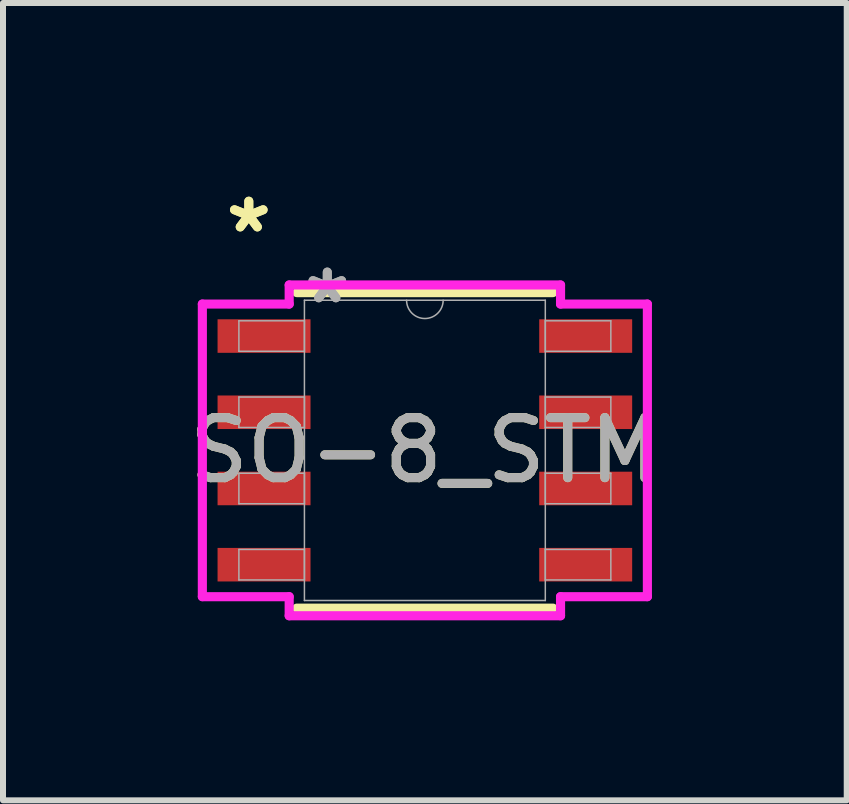
<source format=kicad_pcb>
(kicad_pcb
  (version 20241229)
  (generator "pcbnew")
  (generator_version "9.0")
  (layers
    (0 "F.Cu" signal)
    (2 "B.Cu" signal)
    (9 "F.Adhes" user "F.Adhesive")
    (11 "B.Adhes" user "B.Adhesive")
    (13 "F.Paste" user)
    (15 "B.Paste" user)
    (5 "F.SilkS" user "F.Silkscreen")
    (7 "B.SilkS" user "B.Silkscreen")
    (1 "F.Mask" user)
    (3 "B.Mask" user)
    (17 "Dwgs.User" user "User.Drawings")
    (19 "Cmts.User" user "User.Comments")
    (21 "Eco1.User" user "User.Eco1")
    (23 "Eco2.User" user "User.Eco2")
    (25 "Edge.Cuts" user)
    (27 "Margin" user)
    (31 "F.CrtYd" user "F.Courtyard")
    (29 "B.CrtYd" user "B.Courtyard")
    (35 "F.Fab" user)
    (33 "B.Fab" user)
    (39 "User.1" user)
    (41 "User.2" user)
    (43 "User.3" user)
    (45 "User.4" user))
  (footprint "SO-8_STM"
    (layer "F.Cu")
    (at 4.03 4.455)
    (property "Reference" "SO-8_STM" (at 0 0 0) (unlocked yes) (layer "F.SilkS") (effects (font (size 1 1) (thickness 0.15))))
    (attr smd)
    (fp_line (start -2.134 2.629) (end 2.134 2.629) (stroke (width 0.152) (type solid)) (layer "F.SilkS"))
    (fp_line (start 2.134 -2.629) (end -2.134 -2.629) (stroke (width 0.152) (type solid)) (layer "F.SilkS"))
    (fp_line (start -3.708 -2.438) (end -2.261 -2.438) (stroke (width 0.152) (type solid)) (layer "F.CrtYd"))
    (fp_line (start -3.708 2.438) (end -3.708 -2.438) (stroke (width 0.152) (type solid)) (layer "F.CrtYd"))
    (fp_line (start -3.708 2.438) (end -2.261 2.438) (stroke (width 0.152) (type solid)) (layer "F.CrtYd"))
    (fp_line (start -2.261 -2.756) (end 2.261 -2.756) (stroke (width 0.152) (type solid)) (layer "F.CrtYd"))
    (fp_line (start -2.261 -2.438) (end -2.261 -2.756) (stroke (width 0.152) (type solid)) (layer "F.CrtYd"))
    (fp_line (start -2.261 2.756) (end -2.261 2.438) (stroke (width 0.152) (type solid)) (layer "F.CrtYd"))
    (fp_line (start 2.261 -2.756) (end 2.261 -2.438) (stroke (width 0.152) (type solid)) (layer "F.CrtYd"))
    (fp_line (start 2.261 2.438) (end 2.261 2.756) (stroke (width 0.152) (type solid)) (layer "F.CrtYd"))
    (fp_line (start 2.261 2.756) (end -2.261 2.756) (stroke (width 0.152) (type solid)) (layer "F.CrtYd"))
    (fp_line (start 3.708 -2.438) (end 2.261 -2.438) (stroke (width 0.152) (type solid)) (layer "F.CrtYd"))
    (fp_line (start 3.708 -2.438) (end 3.708 2.438) (stroke (width 0.152) (type solid)) (layer "F.CrtYd"))
    (fp_line (start 3.708 2.438) (end 2.261 2.438) (stroke (width 0.152) (type solid)) (layer "F.CrtYd"))
    (fp_line (start -3.099 -2.159) (end -3.099 -1.651) (stroke (width 0.025) (type solid)) (layer "F.Fab"))
    (fp_line (start -3.099 -1.651) (end -2.007 -1.651) (stroke (width 0.025) (type solid)) (layer "F.Fab"))
    (fp_line (start -3.099 -0.889) (end -3.099 -0.381) (stroke (width 0.025) (type solid)) (layer "F.Fab"))
    (fp_line (start -3.099 -0.381) (end -2.007 -0.381) (stroke (width 0.025) (type solid)) (layer "F.Fab"))
    (fp_line (start -3.099 0.381) (end -3.099 0.889) (stroke (width 0.025) (type solid)) (layer "F.Fab"))
    (fp_line (start -3.099 0.889) (end -2.007 0.889) (stroke (width 0.025) (type solid)) (layer "F.Fab"))
    (fp_line (start -3.099 1.651) (end -3.099 2.159) (stroke (width 0.025) (type solid)) (layer "F.Fab"))
    (fp_line (start -3.099 2.159) (end -2.007 2.159) (stroke (width 0.025) (type solid)) (layer "F.Fab"))
    (fp_line (start -2.007 -2.502) (end -2.007 2.502) (stroke (width 0.025) (type solid)) (layer "F.Fab"))
    (fp_line (start -2.007 -2.159) (end -3.099 -2.159) (stroke (width 0.025) (type solid)) (layer "F.Fab"))
    (fp_line (start -2.007 -1.651) (end -2.007 -2.159) (stroke (width 0.025) (type solid)) (layer "F.Fab"))
    (fp_line (start -2.007 -0.889) (end -3.099 -0.889) (stroke (width 0.025) (type solid)) (layer "F.Fab"))
    (fp_line (start -2.007 -0.381) (end -2.007 -0.889) (stroke (width 0.025) (type solid)) (layer "F.Fab"))
    (fp_line (start -2.007 0.381) (end -3.099 0.381) (stroke (width 0.025) (type solid)) (layer "F.Fab"))
    (fp_line (start -2.007 0.889) (end -2.007 0.381) (stroke (width 0.025) (type solid)) (layer "F.Fab"))
    (fp_line (start -2.007 1.651) (end -3.099 1.651) (stroke (width 0.025) (type solid)) (layer "F.Fab"))
    (fp_line (start -2.007 2.159) (end -2.007 1.651) (stroke (width 0.025) (type solid)) (layer "F.Fab"))
    (fp_line (start -2.007 2.502) (end 2.007 2.502) (stroke (width 0.025) (type solid)) (layer "F.Fab"))
    (fp_line (start 2.007 -2.502) (end -2.007 -2.502) (stroke (width 0.025) (type solid)) (layer "F.Fab"))
    (fp_line (start 2.007 -2.159) (end 2.007 -1.651) (stroke (width 0.025) (type solid)) (layer "F.Fab"))
    (fp_line (start 2.007 -1.651) (end 3.099 -1.651) (stroke (width 0.025) (type solid)) (layer "F.Fab"))
    (fp_line (start 2.007 -0.889) (end 2.007 -0.381) (stroke (width 0.025) (type solid)) (layer "F.Fab"))
    (fp_line (start 2.007 -0.381) (end 3.099 -0.381) (stroke (width 0.025) (type solid)) (layer "F.Fab"))
    (fp_line (start 2.007 0.381) (end 2.007 0.889) (stroke (width 0.025) (type solid)) (layer "F.Fab"))
    (fp_line (start 2.007 0.889) (end 3.099 0.889) (stroke (width 0.025) (type solid)) (layer "F.Fab"))
    (fp_line (start 2.007 1.651) (end 2.007 2.159) (stroke (width 0.025) (type solid)) (layer "F.Fab"))
    (fp_line (start 2.007 2.159) (end 3.099 2.159) (stroke (width 0.025) (type solid)) (layer "F.Fab"))
    (fp_line (start 2.007 2.502) (end 2.007 -2.502) (stroke (width 0.025) (type solid)) (layer "F.Fab"))
    (fp_line (start 3.099 -2.159) (end 2.007 -2.159) (stroke (width 0.025) (type solid)) (layer "F.Fab"))
    (fp_line (start 3.099 -1.651) (end 3.099 -2.159) (stroke (width 0.025) (type solid)) (layer "F.Fab"))
    (fp_line (start 3.099 -0.889) (end 2.007 -0.889) (stroke (width 0.025) (type solid)) (layer "F.Fab"))
    (fp_line (start 3.099 -0.381) (end 3.099 -0.889) (stroke (width 0.025) (type solid)) (layer "F.Fab"))
    (fp_line (start 3.099 0.381) (end 2.007 0.381) (stroke (width 0.025) (type solid)) (layer "F.Fab"))
    (fp_line (start 3.099 0.889) (end 3.099 0.381) (stroke (width 0.025) (type solid)) (layer "F.Fab"))
    (fp_line (start 3.099 1.651) (end 2.007 1.651) (stroke (width 0.025) (type solid)) (layer "F.Fab"))
    (fp_line (start 3.099 2.159) (end 3.099 1.651) (stroke (width 0.025) (type solid)) (layer "F.Fab"))
    (fp_arc (start 0.3048 -2.5019) (mid 0 -2.1971) (end -0.3048 -2.5019) (stroke (width 0.0254) (type solid)) (layer "F.Fab"))
    (fp_text user "*" (at -2.934 -3.607 0) (unlocked yes) (layer "F.SilkS") (effects (font (size 1 1) (thickness 0.15))))
    (fp_text user "*" (at -2.934 -3.607 0) (layer "F.SilkS") (effects (font (size 1 1) (thickness 0.15))))
    (fp_text user "*" (at -1.626 -2.426 0) (layer "F.Fab") (effects (font (size 1 1) (thickness 0.15))))
    (fp_text user "${REFERENCE}" (at 0 0 0) (unlocked yes) (layer "F.Fab") (effects (font (size 1 1) (thickness 0.15))))
    (fp_text user "*" (at -1.626 -2.426 0) (unlocked yes) (layer "F.Fab") (effects (font (size 1 1) (thickness 0.15))))
    (pad "1" smd rect (at -2.68 -1.905) (size 1.549 0.559) (layers "F.Cu" "F.Mask" "F.Paste"))
    (pad "2" smd rect (at -2.68 -0.635) (size 1.549 0.559) (layers "F.Cu" "F.Mask" "F.Paste"))
    (pad "3" smd rect (at -2.68 0.635) (size 1.549 0.559) (layers "F.Cu" "F.Mask" "F.Paste"))
    (pad "4" smd rect (at -2.68 1.905) (size 1.549 0.559) (layers "F.Cu" "F.Mask" "F.Paste"))
    (pad "5" smd rect (at 2.68 1.905) (size 1.549 0.559) (layers "F.Cu" "F.Mask" "F.Paste"))
    (pad "6" smd rect (at 2.68 0.635) (size 1.549 0.559) (layers "F.Cu" "F.Mask" "F.Paste"))
    (pad "7" smd rect (at 2.68 -0.635) (size 1.549 0.559) (layers "F.Cu" "F.Mask" "F.Paste"))
    (pad "8" smd rect (at 2.68 -1.905) (size 1.549 0.559) (layers "F.Cu" "F.Mask" "F.Paste")))
  (gr_rect
    (start -3 -3)
    (end 11.06 10.287)
    (stroke (width 0.1) (type default))
    (fill no)
    (layer "Edge.Cuts")))
</source>
